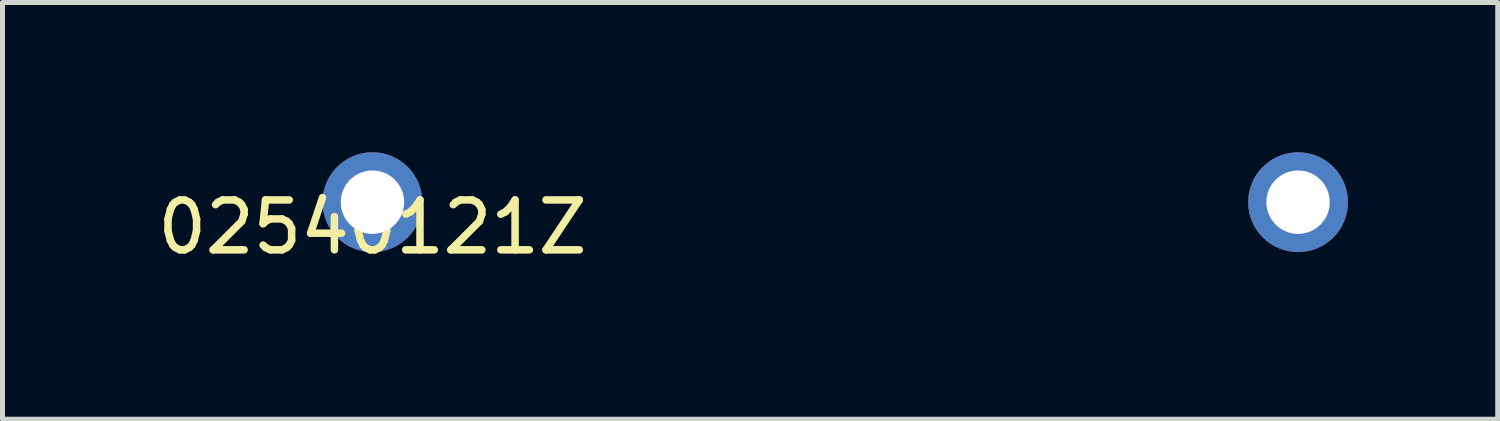
<source format=kicad_pcb>
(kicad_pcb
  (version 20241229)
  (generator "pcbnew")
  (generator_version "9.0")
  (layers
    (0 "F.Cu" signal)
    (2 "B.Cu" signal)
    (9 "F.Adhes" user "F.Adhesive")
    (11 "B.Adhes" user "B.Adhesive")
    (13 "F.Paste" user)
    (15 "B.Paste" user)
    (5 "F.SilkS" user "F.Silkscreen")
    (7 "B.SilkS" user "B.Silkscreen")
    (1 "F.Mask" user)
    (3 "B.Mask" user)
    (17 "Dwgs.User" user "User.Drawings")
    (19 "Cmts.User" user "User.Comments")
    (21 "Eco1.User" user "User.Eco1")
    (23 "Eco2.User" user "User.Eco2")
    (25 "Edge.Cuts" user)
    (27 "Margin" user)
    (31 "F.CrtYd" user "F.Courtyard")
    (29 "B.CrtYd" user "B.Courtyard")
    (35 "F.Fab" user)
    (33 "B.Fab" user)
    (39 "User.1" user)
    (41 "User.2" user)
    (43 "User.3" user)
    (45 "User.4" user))
  (footprint "02540121Z"
    (layer "F.Cu")
    (at 4.411 1)
    (property "Reference" "02540121Z" (at 0 0.5 0) (layer "F.SilkS") (effects (font (size 1 1) (thickness 0.15))))
    (attr through_hole)
    (pad "1" thru_hole circle (at 0 0) (size 2 2) (drill 1.27) (layers "*.Cu" "*.Mask"))
    (pad "2" thru_hole circle (at 18.542 0) (size 2 2) (drill 1.27) (layers "*.Cu" "*.Mask")))
  (gr_rect
    (start -3 -3)
    (end 26.953 5.348)
    (stroke (width 0.1) (type default))
    (fill no)
    (layer "Edge.Cuts")))
</source>
